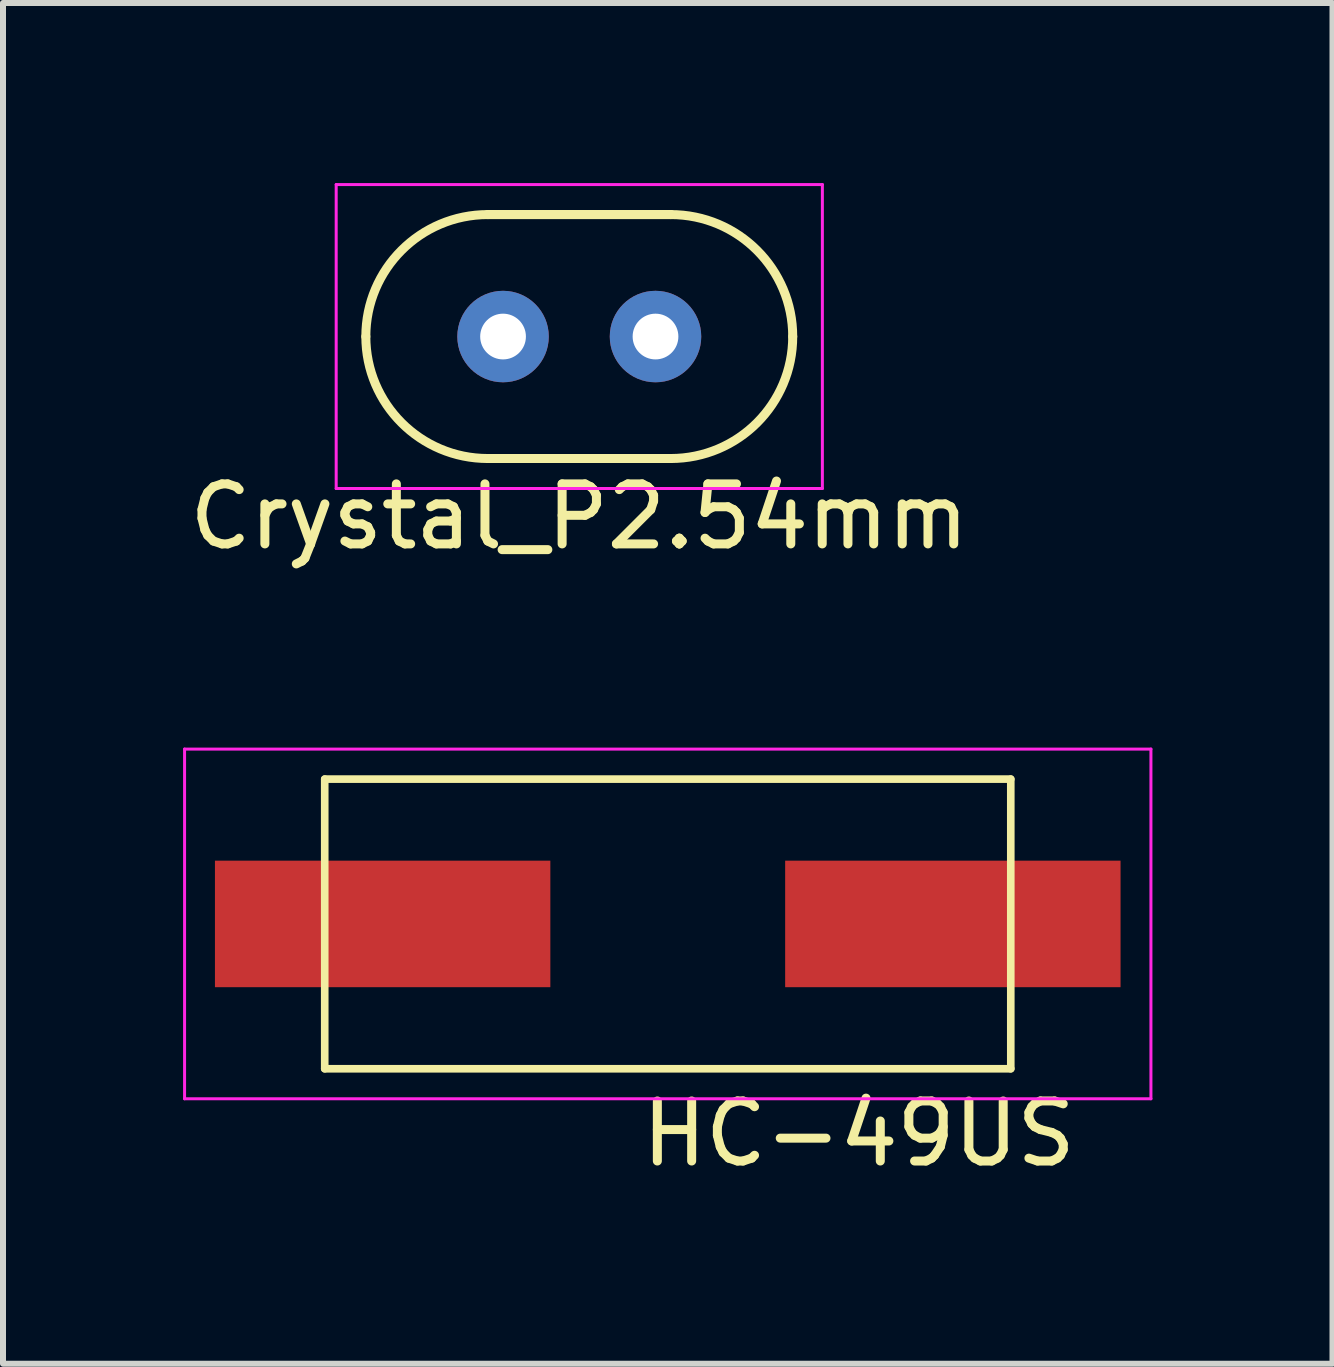
<source format=kicad_pcb>
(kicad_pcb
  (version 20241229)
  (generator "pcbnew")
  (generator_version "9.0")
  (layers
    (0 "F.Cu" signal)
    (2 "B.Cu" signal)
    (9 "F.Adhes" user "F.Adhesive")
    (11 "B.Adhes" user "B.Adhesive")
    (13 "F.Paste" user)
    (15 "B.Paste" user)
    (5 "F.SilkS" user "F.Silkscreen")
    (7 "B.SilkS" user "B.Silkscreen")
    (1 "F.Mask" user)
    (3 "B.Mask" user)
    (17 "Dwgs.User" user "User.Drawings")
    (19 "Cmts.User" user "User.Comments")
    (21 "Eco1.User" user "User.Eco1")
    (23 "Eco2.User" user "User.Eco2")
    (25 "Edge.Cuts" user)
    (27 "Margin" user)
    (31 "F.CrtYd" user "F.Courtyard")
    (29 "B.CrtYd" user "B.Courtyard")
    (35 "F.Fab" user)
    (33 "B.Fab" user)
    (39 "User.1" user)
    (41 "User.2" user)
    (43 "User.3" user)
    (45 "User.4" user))
  (footprint "Crystal_P2.54mm"
    (layer "F.Cu")
    (at 6.601 2.557)
    (property "Reference" "Crystal_P2.54mm" (at 0 3 0) (layer "F.SilkS") (effects (font (size 1 1) (thickness 0.15))))
    (attr through_hole)
    (fp_line (start -1.524 -2.032) (end 1.524 -2.032) (stroke (width 0.15) (type solid)) (layer "F.SilkS"))
    (fp_line (start -1.524 2.032) (end 1.524 2.032) (stroke (width 0.15) (type solid)) (layer "F.SilkS"))
    (fp_line (start 1.524 -2.032) (end -1.524 -2.032) (stroke (width 0.15) (type solid)) (layer "F.SilkS"))
    (fp_arc (start -3.556 0) (mid -2.960841 -1.436841) (end -1.524 -2.032) (stroke (width 0.15) (type solid)) (layer "F.SilkS"))
    (fp_arc (start -1.524 2.032) (mid -2.960841 1.436841) (end -3.556 0) (stroke (width 0.15) (type solid)) (layer "F.SilkS"))
    (fp_arc (start 1.524 -2.032) (mid 2.960841 -1.436841) (end 3.556 0) (stroke (width 0.15) (type solid)) (layer "F.SilkS"))
    (fp_arc (start 3.556 0) (mid 2.960841 1.436841) (end 1.524 2.032) (stroke (width 0.15) (type solid)) (layer "F.SilkS"))
    (fp_line (start -4.05 -2.532) (end 4.05 -2.532) (stroke (width 0.05) (type solid)) (layer "F.CrtYd"))
    (fp_line (start -4.05 2.532) (end -4.05 -2.532) (stroke (width 0.05) (type solid)) (layer "F.CrtYd"))
    (fp_line (start 4.05 -2.532) (end 4.05 2.532) (stroke (width 0.05) (type solid)) (layer "F.CrtYd"))
    (fp_line (start 4.05 2.532) (end -4.05 2.532) (stroke (width 0.05) (type solid)) (layer "F.CrtYd"))
    (pad "1" thru_hole circle (at -1.27 0) (size 1.524 1.524) (drill 0.762) (layers "*.Cu" "*.Mask"))
    (pad "2" thru_hole circle (at 1.27 0) (size 1.524 1.524) (drill 0.762) (layers "*.Cu" "*.Mask")))
  (footprint "HC-49US"
    (layer "F.Cu")
    (at 8.075 12.343)
    (property "Reference" "HC-49US" (at -0.51 4.08 0) (layer "F.SilkS") (effects (font (size 1 1) (thickness 0.15)) (justify left bottom)))
    (attr smd)
    (fp_line (start -5.715 -2.413) (end 5.715 -2.413) (stroke (width 0.127) (type solid)) (layer "F.SilkS"))
    (fp_line (start -5.715 2.413) (end -5.715 -2.413) (stroke (width 0.127) (type solid)) (layer "F.SilkS"))
    (fp_line (start 5.715 -2.413) (end 5.715 2.413) (stroke (width 0.127) (type solid)) (layer "F.SilkS"))
    (fp_line (start 5.715 2.413) (end -5.715 2.413) (stroke (width 0.127) (type solid)) (layer "F.SilkS"))
    (fp_line (start -8.05 -2.913) (end 8.05 -2.913) (stroke (width 0.05) (type solid)) (layer "F.CrtYd"))
    (fp_line (start -8.05 2.913) (end -8.05 -2.913) (stroke (width 0.05) (type solid)) (layer "F.CrtYd"))
    (fp_line (start 8.05 -2.913) (end 8.05 2.913) (stroke (width 0.05) (type solid)) (layer "F.CrtYd"))
    (fp_line (start 8.05 2.913) (end -8.05 2.913) (stroke (width 0.05) (type solid)) (layer "F.CrtYd"))
    (pad "1" smd rect (at -4.75 0) (size 5.588 2.108) (layers "F.Cu" "F.Mask" "F.Paste"))
    (pad "2" smd rect (at 4.75 0) (size 5.588 2.108) (layers "F.Cu" "F.Mask" "F.Paste")))
  (gr_rect
    (start -3 -3)
    (end 19.15 19.67)
    (stroke (width 0.1) (type default))
    (fill no)
    (layer "Edge.Cuts")))
</source>
